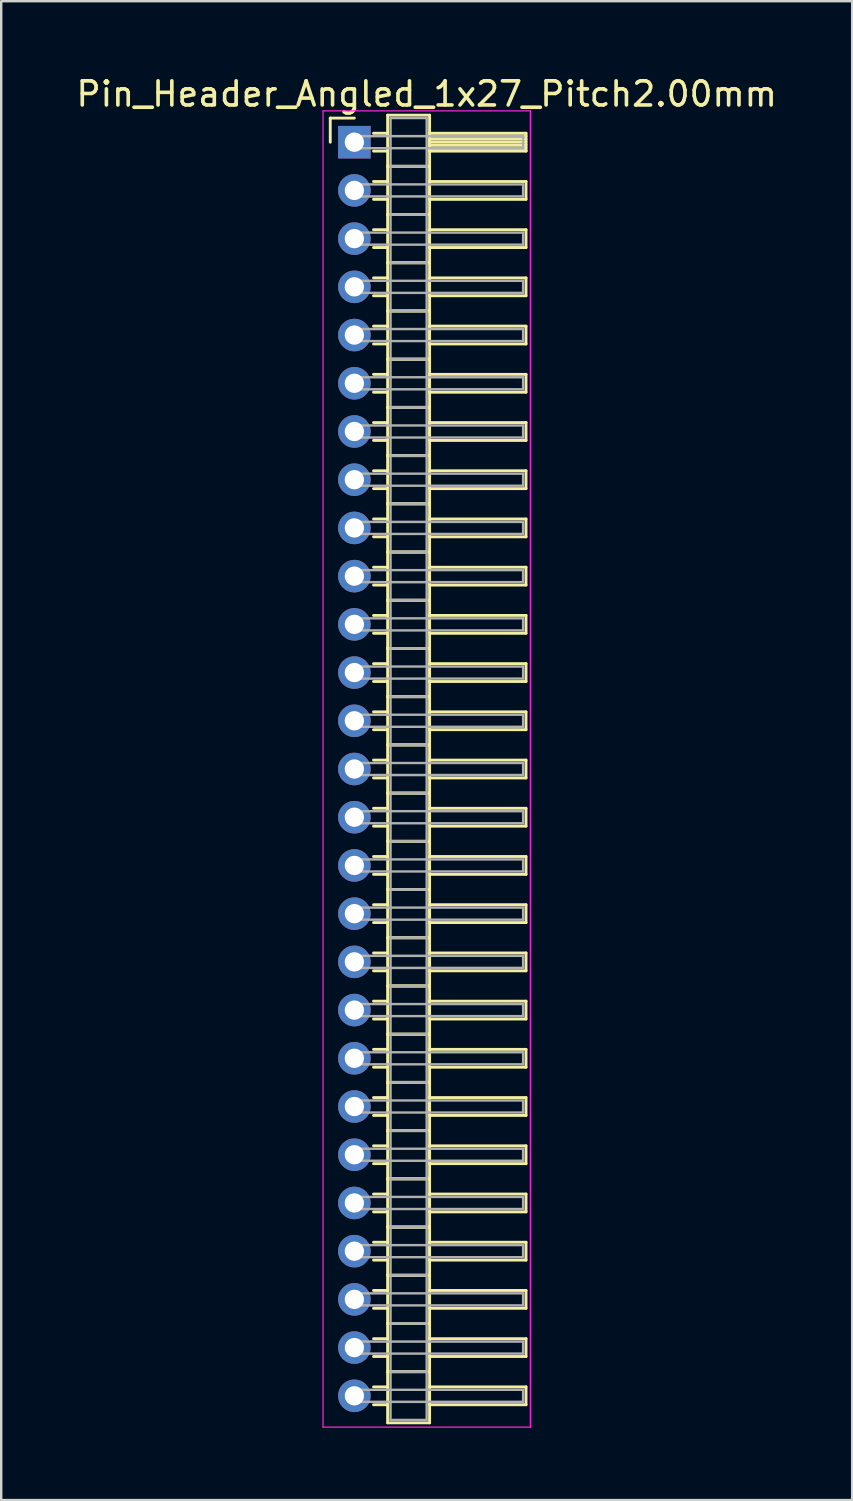
<source format=kicad_pcb>
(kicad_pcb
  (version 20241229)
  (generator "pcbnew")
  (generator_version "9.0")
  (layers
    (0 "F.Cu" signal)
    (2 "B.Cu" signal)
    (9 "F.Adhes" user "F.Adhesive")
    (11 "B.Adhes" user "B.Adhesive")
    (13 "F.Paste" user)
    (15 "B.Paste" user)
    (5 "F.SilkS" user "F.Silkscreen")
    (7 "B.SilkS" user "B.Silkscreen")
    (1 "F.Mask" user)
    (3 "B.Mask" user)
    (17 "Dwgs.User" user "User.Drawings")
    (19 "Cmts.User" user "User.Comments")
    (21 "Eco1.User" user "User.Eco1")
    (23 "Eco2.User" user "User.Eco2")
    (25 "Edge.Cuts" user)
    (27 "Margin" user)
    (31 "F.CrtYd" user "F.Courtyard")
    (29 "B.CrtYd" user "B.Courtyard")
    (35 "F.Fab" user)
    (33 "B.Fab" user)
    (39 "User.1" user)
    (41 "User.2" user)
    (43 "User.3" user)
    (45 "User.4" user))
  (footprint "Pin_Header_Angled_1x27_Pitch2.00mm"
    (layer "F.Cu")
    (at 11.649 2.848)
    (property "Reference" "Pin_Header_Angled_1x27_Pitch2.00mm" (at 3 -2 0) (layer "F.SilkS") (effects (font (size 1 1) (thickness 0.15))))
    (attr through_hole)
    (fp_line (start -1 -1) (end 0 -1) (stroke (width 0.12) (type solid)) (layer "F.SilkS"))
    (fp_line (start -1 0) (end -1 -1) (stroke (width 0.12) (type solid)) (layer "F.SilkS"))
    (fp_line (start 0.795 -0.37) (end 1.38 -0.37) (stroke (width 0.12) (type solid)) (layer "F.SilkS"))
    (fp_line (start 0.795 0.37) (end 1.38 0.37) (stroke (width 0.12) (type solid)) (layer "F.SilkS"))
    (fp_line (start 0.795 1.63) (end 1.38 1.63) (stroke (width 0.12) (type solid)) (layer "F.SilkS"))
    (fp_line (start 0.795 2.37) (end 1.38 2.37) (stroke (width 0.12) (type solid)) (layer "F.SilkS"))
    (fp_line (start 0.795 3.63) (end 1.38 3.63) (stroke (width 0.12) (type solid)) (layer "F.SilkS"))
    (fp_line (start 0.795 4.37) (end 1.38 4.37) (stroke (width 0.12) (type solid)) (layer "F.SilkS"))
    (fp_line (start 0.795 5.63) (end 1.38 5.63) (stroke (width 0.12) (type solid)) (layer "F.SilkS"))
    (fp_line (start 0.795 6.37) (end 1.38 6.37) (stroke (width 0.12) (type solid)) (layer "F.SilkS"))
    (fp_line (start 0.795 7.63) (end 1.38 7.63) (stroke (width 0.12) (type solid)) (layer "F.SilkS"))
    (fp_line (start 0.795 8.37) (end 1.38 8.37) (stroke (width 0.12) (type solid)) (layer "F.SilkS"))
    (fp_line (start 0.795 9.63) (end 1.38 9.63) (stroke (width 0.12) (type solid)) (layer "F.SilkS"))
    (fp_line (start 0.795 10.37) (end 1.38 10.37) (stroke (width 0.12) (type solid)) (layer "F.SilkS"))
    (fp_line (start 0.795 11.63) (end 1.38 11.63) (stroke (width 0.12) (type solid)) (layer "F.SilkS"))
    (fp_line (start 0.795 12.37) (end 1.38 12.37) (stroke (width 0.12) (type solid)) (layer "F.SilkS"))
    (fp_line (start 0.795 13.63) (end 1.38 13.63) (stroke (width 0.12) (type solid)) (layer "F.SilkS"))
    (fp_line (start 0.795 14.37) (end 1.38 14.37) (stroke (width 0.12) (type solid)) (layer "F.SilkS"))
    (fp_line (start 0.795 15.63) (end 1.38 15.63) (stroke (width 0.12) (type solid)) (layer "F.SilkS"))
    (fp_line (start 0.795 16.37) (end 1.38 16.37) (stroke (width 0.12) (type solid)) (layer "F.SilkS"))
    (fp_line (start 0.795 17.63) (end 1.38 17.63) (stroke (width 0.12) (type solid)) (layer "F.SilkS"))
    (fp_line (start 0.795 18.37) (end 1.38 18.37) (stroke (width 0.12) (type solid)) (layer "F.SilkS"))
    (fp_line (start 0.795 19.63) (end 1.38 19.63) (stroke (width 0.12) (type solid)) (layer "F.SilkS"))
    (fp_line (start 0.795 20.37) (end 1.38 20.37) (stroke (width 0.12) (type solid)) (layer "F.SilkS"))
    (fp_line (start 0.795 21.63) (end 1.38 21.63) (stroke (width 0.12) (type solid)) (layer "F.SilkS"))
    (fp_line (start 0.795 22.37) (end 1.38 22.37) (stroke (width 0.12) (type solid)) (layer "F.SilkS"))
    (fp_line (start 0.795 23.63) (end 1.38 23.63) (stroke (width 0.12) (type solid)) (layer "F.SilkS"))
    (fp_line (start 0.795 24.37) (end 1.38 24.37) (stroke (width 0.12) (type solid)) (layer "F.SilkS"))
    (fp_line (start 0.795 25.63) (end 1.38 25.63) (stroke (width 0.12) (type solid)) (layer "F.SilkS"))
    (fp_line (start 0.795 26.37) (end 1.38 26.37) (stroke (width 0.12) (type solid)) (layer "F.SilkS"))
    (fp_line (start 0.795 27.63) (end 1.38 27.63) (stroke (width 0.12) (type solid)) (layer "F.SilkS"))
    (fp_line (start 0.795 28.37) (end 1.38 28.37) (stroke (width 0.12) (type solid)) (layer "F.SilkS"))
    (fp_line (start 0.795 29.63) (end 1.38 29.63) (stroke (width 0.12) (type solid)) (layer "F.SilkS"))
    (fp_line (start 0.795 30.37) (end 1.38 30.37) (stroke (width 0.12) (type solid)) (layer "F.SilkS"))
    (fp_line (start 0.795 31.63) (end 1.38 31.63) (stroke (width 0.12) (type solid)) (layer "F.SilkS"))
    (fp_line (start 0.795 32.37) (end 1.38 32.37) (stroke (width 0.12) (type solid)) (layer "F.SilkS"))
    (fp_line (start 0.795 33.63) (end 1.38 33.63) (stroke (width 0.12) (type solid)) (layer "F.SilkS"))
    (fp_line (start 0.795 34.37) (end 1.38 34.37) (stroke (width 0.12) (type solid)) (layer "F.SilkS"))
    (fp_line (start 0.795 35.63) (end 1.38 35.63) (stroke (width 0.12) (type solid)) (layer "F.SilkS"))
    (fp_line (start 0.795 36.37) (end 1.38 36.37) (stroke (width 0.12) (type solid)) (layer "F.SilkS"))
    (fp_line (start 0.795 37.63) (end 1.38 37.63) (stroke (width 0.12) (type solid)) (layer "F.SilkS"))
    (fp_line (start 0.795 38.37) (end 1.38 38.37) (stroke (width 0.12) (type solid)) (layer "F.SilkS"))
    (fp_line (start 0.795 39.63) (end 1.38 39.63) (stroke (width 0.12) (type solid)) (layer "F.SilkS"))
    (fp_line (start 0.795 40.37) (end 1.38 40.37) (stroke (width 0.12) (type solid)) (layer "F.SilkS"))
    (fp_line (start 0.795 41.63) (end 1.38 41.63) (stroke (width 0.12) (type solid)) (layer "F.SilkS"))
    (fp_line (start 0.795 42.37) (end 1.38 42.37) (stroke (width 0.12) (type solid)) (layer "F.SilkS"))
    (fp_line (start 0.795 43.63) (end 1.38 43.63) (stroke (width 0.12) (type solid)) (layer "F.SilkS"))
    (fp_line (start 0.795 44.37) (end 1.38 44.37) (stroke (width 0.12) (type solid)) (layer "F.SilkS"))
    (fp_line (start 0.795 45.63) (end 1.38 45.63) (stroke (width 0.12) (type solid)) (layer "F.SilkS"))
    (fp_line (start 0.795 46.37) (end 1.38 46.37) (stroke (width 0.12) (type solid)) (layer "F.SilkS"))
    (fp_line (start 0.795 47.63) (end 1.38 47.63) (stroke (width 0.12) (type solid)) (layer "F.SilkS"))
    (fp_line (start 0.795 48.37) (end 1.38 48.37) (stroke (width 0.12) (type solid)) (layer "F.SilkS"))
    (fp_line (start 0.795 49.63) (end 1.38 49.63) (stroke (width 0.12) (type solid)) (layer "F.SilkS"))
    (fp_line (start 0.795 50.37) (end 1.38 50.37) (stroke (width 0.12) (type solid)) (layer "F.SilkS"))
    (fp_line (start 0.795 51.63) (end 1.38 51.63) (stroke (width 0.12) (type solid)) (layer "F.SilkS"))
    (fp_line (start 0.795 52.37) (end 1.38 52.37) (stroke (width 0.12) (type solid)) (layer "F.SilkS"))
    (fp_line (start 1.38 -1.12) (end 1.38 1) (stroke (width 0.12) (type solid)) (layer "F.SilkS"))
    (fp_line (start 1.38 1) (end 1.38 3) (stroke (width 0.12) (type solid)) (layer "F.SilkS"))
    (fp_line (start 1.38 1) (end 3.12 1) (stroke (width 0.12) (type solid)) (layer "F.SilkS"))
    (fp_line (start 1.38 3) (end 1.38 5) (stroke (width 0.12) (type solid)) (layer "F.SilkS"))
    (fp_line (start 1.38 3) (end 3.12 3) (stroke (width 0.12) (type solid)) (layer "F.SilkS"))
    (fp_line (start 1.38 5) (end 1.38 7) (stroke (width 0.12) (type solid)) (layer "F.SilkS"))
    (fp_line (start 1.38 5) (end 3.12 5) (stroke (width 0.12) (type solid)) (layer "F.SilkS"))
    (fp_line (start 1.38 7) (end 1.38 9) (stroke (width 0.12) (type solid)) (layer "F.SilkS"))
    (fp_line (start 1.38 7) (end 3.12 7) (stroke (width 0.12) (type solid)) (layer "F.SilkS"))
    (fp_line (start 1.38 9) (end 1.38 11) (stroke (width 0.12) (type solid)) (layer "F.SilkS"))
    (fp_line (start 1.38 9) (end 3.12 9) (stroke (width 0.12) (type solid)) (layer "F.SilkS"))
    (fp_line (start 1.38 11) (end 1.38 13) (stroke (width 0.12) (type solid)) (layer "F.SilkS"))
    (fp_line (start 1.38 11) (end 3.12 11) (stroke (width 0.12) (type solid)) (layer "F.SilkS"))
    (fp_line (start 1.38 13) (end 1.38 15) (stroke (width 0.12) (type solid)) (layer "F.SilkS"))
    (fp_line (start 1.38 13) (end 3.12 13) (stroke (width 0.12) (type solid)) (layer "F.SilkS"))
    (fp_line (start 1.38 15) (end 1.38 17) (stroke (width 0.12) (type solid)) (layer "F.SilkS"))
    (fp_line (start 1.38 15) (end 3.12 15) (stroke (width 0.12) (type solid)) (layer "F.SilkS"))
    (fp_line (start 1.38 17) (end 1.38 19) (stroke (width 0.12) (type solid)) (layer "F.SilkS"))
    (fp_line (start 1.38 17) (end 3.12 17) (stroke (width 0.12) (type solid)) (layer "F.SilkS"))
    (fp_line (start 1.38 19) (end 1.38 21) (stroke (width 0.12) (type solid)) (layer "F.SilkS"))
    (fp_line (start 1.38 19) (end 3.12 19) (stroke (width 0.12) (type solid)) (layer "F.SilkS"))
    (fp_line (start 1.38 21) (end 1.38 23) (stroke (width 0.12) (type solid)) (layer "F.SilkS"))
    (fp_line (start 1.38 21) (end 3.12 21) (stroke (width 0.12) (type solid)) (layer "F.SilkS"))
    (fp_line (start 1.38 23) (end 1.38 25) (stroke (width 0.12) (type solid)) (layer "F.SilkS"))
    (fp_line (start 1.38 23) (end 3.12 23) (stroke (width 0.12) (type solid)) (layer "F.SilkS"))
    (fp_line (start 1.38 25) (end 1.38 27) (stroke (width 0.12) (type solid)) (layer "F.SilkS"))
    (fp_line (start 1.38 25) (end 3.12 25) (stroke (width 0.12) (type solid)) (layer "F.SilkS"))
    (fp_line (start 1.38 27) (end 1.38 29) (stroke (width 0.12) (type solid)) (layer "F.SilkS"))
    (fp_line (start 1.38 27) (end 3.12 27) (stroke (width 0.12) (type solid)) (layer "F.SilkS"))
    (fp_line (start 1.38 29) (end 1.38 31) (stroke (width 0.12) (type solid)) (layer "F.SilkS"))
    (fp_line (start 1.38 29) (end 3.12 29) (stroke (width 0.12) (type solid)) (layer "F.SilkS"))
    (fp_line (start 1.38 31) (end 1.38 33) (stroke (width 0.12) (type solid)) (layer "F.SilkS"))
    (fp_line (start 1.38 31) (end 3.12 31) (stroke (width 0.12) (type solid)) (layer "F.SilkS"))
    (fp_line (start 1.38 33) (end 1.38 35) (stroke (width 0.12) (type solid)) (layer "F.SilkS"))
    (fp_line (start 1.38 33) (end 3.12 33) (stroke (width 0.12) (type solid)) (layer "F.SilkS"))
    (fp_line (start 1.38 35) (end 1.38 37) (stroke (width 0.12) (type solid)) (layer "F.SilkS"))
    (fp_line (start 1.38 35) (end 3.12 35) (stroke (width 0.12) (type solid)) (layer "F.SilkS"))
    (fp_line (start 1.38 37) (end 1.38 39) (stroke (width 0.12) (type solid)) (layer "F.SilkS"))
    (fp_line (start 1.38 37) (end 3.12 37) (stroke (width 0.12) (type solid)) (layer "F.SilkS"))
    (fp_line (start 1.38 39) (end 1.38 41) (stroke (width 0.12) (type solid)) (layer "F.SilkS"))
    (fp_line (start 1.38 39) (end 3.12 39) (stroke (width 0.12) (type solid)) (layer "F.SilkS"))
    (fp_line (start 1.38 41) (end 1.38 43) (stroke (width 0.12) (type solid)) (layer "F.SilkS"))
    (fp_line (start 1.38 41) (end 3.12 41) (stroke (width 0.12) (type solid)) (layer "F.SilkS"))
    (fp_line (start 1.38 43) (end 1.38 45) (stroke (width 0.12) (type solid)) (layer "F.SilkS"))
    (fp_line (start 1.38 43) (end 3.12 43) (stroke (width 0.12) (type solid)) (layer "F.SilkS"))
    (fp_line (start 1.38 45) (end 1.38 47) (stroke (width 0.12) (type solid)) (layer "F.SilkS"))
    (fp_line (start 1.38 45) (end 3.12 45) (stroke (width 0.12) (type solid)) (layer "F.SilkS"))
    (fp_line (start 1.38 47) (end 1.38 49) (stroke (width 0.12) (type solid)) (layer "F.SilkS"))
    (fp_line (start 1.38 47) (end 3.12 47) (stroke (width 0.12) (type solid)) (layer "F.SilkS"))
    (fp_line (start 1.38 49) (end 1.38 51) (stroke (width 0.12) (type solid)) (layer "F.SilkS"))
    (fp_line (start 1.38 49) (end 3.12 49) (stroke (width 0.12) (type solid)) (layer "F.SilkS"))
    (fp_line (start 1.38 51) (end 1.38 53.12) (stroke (width 0.12) (type solid)) (layer "F.SilkS"))
    (fp_line (start 1.38 51) (end 3.12 51) (stroke (width 0.12) (type solid)) (layer "F.SilkS"))
    (fp_line (start 1.38 53.12) (end 3.12 53.12) (stroke (width 0.12) (type solid)) (layer "F.SilkS"))
    (fp_line (start 3.12 -1.12) (end 1.38 -1.12) (stroke (width 0.12) (type solid)) (layer "F.SilkS"))
    (fp_line (start 3.12 -0.37) (end 3.12 0.37) (stroke (width 0.12) (type solid)) (layer "F.SilkS"))
    (fp_line (start 3.12 -0.25) (end 7.12 -0.25) (stroke (width 0.12) (type solid)) (layer "F.SilkS"))
    (fp_line (start 3.12 -0.13) (end 7.12 -0.13) (stroke (width 0.12) (type solid)) (layer "F.SilkS"))
    (fp_line (start 3.12 -0.01) (end 7.12 -0.01) (stroke (width 0.12) (type solid)) (layer "F.SilkS"))
    (fp_line (start 3.12 0.11) (end 7.12 0.11) (stroke (width 0.12) (type solid)) (layer "F.SilkS"))
    (fp_line (start 3.12 0.23) (end 7.12 0.23) (stroke (width 0.12) (type solid)) (layer "F.SilkS"))
    (fp_line (start 3.12 0.35) (end 7.12 0.35) (stroke (width 0.12) (type solid)) (layer "F.SilkS"))
    (fp_line (start 3.12 0.37) (end 7.12 0.37) (stroke (width 0.12) (type solid)) (layer "F.SilkS"))
    (fp_line (start 3.12 1) (end 1.38 1) (stroke (width 0.12) (type solid)) (layer "F.SilkS"))
    (fp_line (start 3.12 1) (end 3.12 -1.12) (stroke (width 0.12) (type solid)) (layer "F.SilkS"))
    (fp_line (start 3.12 1.63) (end 3.12 2.37) (stroke (width 0.12) (type solid)) (layer "F.SilkS"))
    (fp_line (start 3.12 2.37) (end 7.12 2.37) (stroke (width 0.12) (type solid)) (layer "F.SilkS"))
    (fp_line (start 3.12 3) (end 1.38 3) (stroke (width 0.12) (type solid)) (layer "F.SilkS"))
    (fp_line (start 3.12 3) (end 3.12 1) (stroke (width 0.12) (type solid)) (layer "F.SilkS"))
    (fp_line (start 3.12 3.63) (end 3.12 4.37) (stroke (width 0.12) (type solid)) (layer "F.SilkS"))
    (fp_line (start 3.12 4.37) (end 7.12 4.37) (stroke (width 0.12) (type solid)) (layer "F.SilkS"))
    (fp_line (start 3.12 5) (end 1.38 5) (stroke (width 0.12) (type solid)) (layer "F.SilkS"))
    (fp_line (start 3.12 5) (end 3.12 3) (stroke (width 0.12) (type solid)) (layer "F.SilkS"))
    (fp_line (start 3.12 5.63) (end 3.12 6.37) (stroke (width 0.12) (type solid)) (layer "F.SilkS"))
    (fp_line (start 3.12 6.37) (end 7.12 6.37) (stroke (width 0.12) (type solid)) (layer "F.SilkS"))
    (fp_line (start 3.12 7) (end 1.38 7) (stroke (width 0.12) (type solid)) (layer "F.SilkS"))
    (fp_line (start 3.12 7) (end 3.12 5) (stroke (width 0.12) (type solid)) (layer "F.SilkS"))
    (fp_line (start 3.12 7.63) (end 3.12 8.37) (stroke (width 0.12) (type solid)) (layer "F.SilkS"))
    (fp_line (start 3.12 8.37) (end 7.12 8.37) (stroke (width 0.12) (type solid)) (layer "F.SilkS"))
    (fp_line (start 3.12 9) (end 1.38 9) (stroke (width 0.12) (type solid)) (layer "F.SilkS"))
    (fp_line (start 3.12 9) (end 3.12 7) (stroke (width 0.12) (type solid)) (layer "F.SilkS"))
    (fp_line (start 3.12 9.63) (end 3.12 10.37) (stroke (width 0.12) (type solid)) (layer "F.SilkS"))
    (fp_line (start 3.12 10.37) (end 7.12 10.37) (stroke (width 0.12) (type solid)) (layer "F.SilkS"))
    (fp_line (start 3.12 11) (end 1.38 11) (stroke (width 0.12) (type solid)) (layer "F.SilkS"))
    (fp_line (start 3.12 11) (end 3.12 9) (stroke (width 0.12) (type solid)) (layer "F.SilkS"))
    (fp_line (start 3.12 11.63) (end 3.12 12.37) (stroke (width 0.12) (type solid)) (layer "F.SilkS"))
    (fp_line (start 3.12 12.37) (end 7.12 12.37) (stroke (width 0.12) (type solid)) (layer "F.SilkS"))
    (fp_line (start 3.12 13) (end 1.38 13) (stroke (width 0.12) (type solid)) (layer "F.SilkS"))
    (fp_line (start 3.12 13) (end 3.12 11) (stroke (width 0.12) (type solid)) (layer "F.SilkS"))
    (fp_line (start 3.12 13.63) (end 3.12 14.37) (stroke (width 0.12) (type solid)) (layer "F.SilkS"))
    (fp_line (start 3.12 14.37) (end 7.12 14.37) (stroke (width 0.12) (type solid)) (layer "F.SilkS"))
    (fp_line (start 3.12 15) (end 1.38 15) (stroke (width 0.12) (type solid)) (layer "F.SilkS"))
    (fp_line (start 3.12 15) (end 3.12 13) (stroke (width 0.12) (type solid)) (layer "F.SilkS"))
    (fp_line (start 3.12 15.63) (end 3.12 16.37) (stroke (width 0.12) (type solid)) (layer "F.SilkS"))
    (fp_line (start 3.12 16.37) (end 7.12 16.37) (stroke (width 0.12) (type solid)) (layer "F.SilkS"))
    (fp_line (start 3.12 17) (end 1.38 17) (stroke (width 0.12) (type solid)) (layer "F.SilkS"))
    (fp_line (start 3.12 17) (end 3.12 15) (stroke (width 0.12) (type solid)) (layer "F.SilkS"))
    (fp_line (start 3.12 17.63) (end 3.12 18.37) (stroke (width 0.12) (type solid)) (layer "F.SilkS"))
    (fp_line (start 3.12 18.37) (end 7.12 18.37) (stroke (width 0.12) (type solid)) (layer "F.SilkS"))
    (fp_line (start 3.12 19) (end 1.38 19) (stroke (width 0.12) (type solid)) (layer "F.SilkS"))
    (fp_line (start 3.12 19) (end 3.12 17) (stroke (width 0.12) (type solid)) (layer "F.SilkS"))
    (fp_line (start 3.12 19.63) (end 3.12 20.37) (stroke (width 0.12) (type solid)) (layer "F.SilkS"))
    (fp_line (start 3.12 20.37) (end 7.12 20.37) (stroke (width 0.12) (type solid)) (layer "F.SilkS"))
    (fp_line (start 3.12 21) (end 1.38 21) (stroke (width 0.12) (type solid)) (layer "F.SilkS"))
    (fp_line (start 3.12 21) (end 3.12 19) (stroke (width 0.12) (type solid)) (layer "F.SilkS"))
    (fp_line (start 3.12 21.63) (end 3.12 22.37) (stroke (width 0.12) (type solid)) (layer "F.SilkS"))
    (fp_line (start 3.12 22.37) (end 7.12 22.37) (stroke (width 0.12) (type solid)) (layer "F.SilkS"))
    (fp_line (start 3.12 23) (end 1.38 23) (stroke (width 0.12) (type solid)) (layer "F.SilkS"))
    (fp_line (start 3.12 23) (end 3.12 21) (stroke (width 0.12) (type solid)) (layer "F.SilkS"))
    (fp_line (start 3.12 23.63) (end 3.12 24.37) (stroke (width 0.12) (type solid)) (layer "F.SilkS"))
    (fp_line (start 3.12 24.37) (end 7.12 24.37) (stroke (width 0.12) (type solid)) (layer "F.SilkS"))
    (fp_line (start 3.12 25) (end 1.38 25) (stroke (width 0.12) (type solid)) (layer "F.SilkS"))
    (fp_line (start 3.12 25) (end 3.12 23) (stroke (width 0.12) (type solid)) (layer "F.SilkS"))
    (fp_line (start 3.12 25.63) (end 3.12 26.37) (stroke (width 0.12) (type solid)) (layer "F.SilkS"))
    (fp_line (start 3.12 26.37) (end 7.12 26.37) (stroke (width 0.12) (type solid)) (layer "F.SilkS"))
    (fp_line (start 3.12 27) (end 1.38 27) (stroke (width 0.12) (type solid)) (layer "F.SilkS"))
    (fp_line (start 3.12 27) (end 3.12 25) (stroke (width 0.12) (type solid)) (layer "F.SilkS"))
    (fp_line (start 3.12 27.63) (end 3.12 28.37) (stroke (width 0.12) (type solid)) (layer "F.SilkS"))
    (fp_line (start 3.12 28.37) (end 7.12 28.37) (stroke (width 0.12) (type solid)) (layer "F.SilkS"))
    (fp_line (start 3.12 29) (end 1.38 29) (stroke (width 0.12) (type solid)) (layer "F.SilkS"))
    (fp_line (start 3.12 29) (end 3.12 27) (stroke (width 0.12) (type solid)) (layer "F.SilkS"))
    (fp_line (start 3.12 29.63) (end 3.12 30.37) (stroke (width 0.12) (type solid)) (layer "F.SilkS"))
    (fp_line (start 3.12 30.37) (end 7.12 30.37) (stroke (width 0.12) (type solid)) (layer "F.SilkS"))
    (fp_line (start 3.12 31) (end 1.38 31) (stroke (width 0.12) (type solid)) (layer "F.SilkS"))
    (fp_line (start 3.12 31) (end 3.12 29) (stroke (width 0.12) (type solid)) (layer "F.SilkS"))
    (fp_line (start 3.12 31.63) (end 3.12 32.37) (stroke (width 0.12) (type solid)) (layer "F.SilkS"))
    (fp_line (start 3.12 32.37) (end 7.12 32.37) (stroke (width 0.12) (type solid)) (layer "F.SilkS"))
    (fp_line (start 3.12 33) (end 1.38 33) (stroke (width 0.12) (type solid)) (layer "F.SilkS"))
    (fp_line (start 3.12 33) (end 3.12 31) (stroke (width 0.12) (type solid)) (layer "F.SilkS"))
    (fp_line (start 3.12 33.63) (end 3.12 34.37) (stroke (width 0.12) (type solid)) (layer "F.SilkS"))
    (fp_line (start 3.12 34.37) (end 7.12 34.37) (stroke (width 0.12) (type solid)) (layer "F.SilkS"))
    (fp_line (start 3.12 35) (end 1.38 35) (stroke (width 0.12) (type solid)) (layer "F.SilkS"))
    (fp_line (start 3.12 35) (end 3.12 33) (stroke (width 0.12) (type solid)) (layer "F.SilkS"))
    (fp_line (start 3.12 35.63) (end 3.12 36.37) (stroke (width 0.12) (type solid)) (layer "F.SilkS"))
    (fp_line (start 3.12 36.37) (end 7.12 36.37) (stroke (width 0.12) (type solid)) (layer "F.SilkS"))
    (fp_line (start 3.12 37) (end 1.38 37) (stroke (width 0.12) (type solid)) (layer "F.SilkS"))
    (fp_line (start 3.12 37) (end 3.12 35) (stroke (width 0.12) (type solid)) (layer "F.SilkS"))
    (fp_line (start 3.12 37.63) (end 3.12 38.37) (stroke (width 0.12) (type solid)) (layer "F.SilkS"))
    (fp_line (start 3.12 38.37) (end 7.12 38.37) (stroke (width 0.12) (type solid)) (layer "F.SilkS"))
    (fp_line (start 3.12 39) (end 1.38 39) (stroke (width 0.12) (type solid)) (layer "F.SilkS"))
    (fp_line (start 3.12 39) (end 3.12 37) (stroke (width 0.12) (type solid)) (layer "F.SilkS"))
    (fp_line (start 3.12 39.63) (end 3.12 40.37) (stroke (width 0.12) (type solid)) (layer "F.SilkS"))
    (fp_line (start 3.12 40.37) (end 7.12 40.37) (stroke (width 0.12) (type solid)) (layer "F.SilkS"))
    (fp_line (start 3.12 41) (end 1.38 41) (stroke (width 0.12) (type solid)) (layer "F.SilkS"))
    (fp_line (start 3.12 41) (end 3.12 39) (stroke (width 0.12) (type solid)) (layer "F.SilkS"))
    (fp_line (start 3.12 41.63) (end 3.12 42.37) (stroke (width 0.12) (type solid)) (layer "F.SilkS"))
    (fp_line (start 3.12 42.37) (end 7.12 42.37) (stroke (width 0.12) (type solid)) (layer "F.SilkS"))
    (fp_line (start 3.12 43) (end 1.38 43) (stroke (width 0.12) (type solid)) (layer "F.SilkS"))
    (fp_line (start 3.12 43) (end 3.12 41) (stroke (width 0.12) (type solid)) (layer "F.SilkS"))
    (fp_line (start 3.12 43.63) (end 3.12 44.37) (stroke (width 0.12) (type solid)) (layer "F.SilkS"))
    (fp_line (start 3.12 44.37) (end 7.12 44.37) (stroke (width 0.12) (type solid)) (layer "F.SilkS"))
    (fp_line (start 3.12 45) (end 1.38 45) (stroke (width 0.12) (type solid)) (layer "F.SilkS"))
    (fp_line (start 3.12 45) (end 3.12 43) (stroke (width 0.12) (type solid)) (layer "F.SilkS"))
    (fp_line (start 3.12 45.63) (end 3.12 46.37) (stroke (width 0.12) (type solid)) (layer "F.SilkS"))
    (fp_line (start 3.12 46.37) (end 7.12 46.37) (stroke (width 0.12) (type solid)) (layer "F.SilkS"))
    (fp_line (start 3.12 47) (end 1.38 47) (stroke (width 0.12) (type solid)) (layer "F.SilkS"))
    (fp_line (start 3.12 47) (end 3.12 45) (stroke (width 0.12) (type solid)) (layer "F.SilkS"))
    (fp_line (start 3.12 47.63) (end 3.12 48.37) (stroke (width 0.12) (type solid)) (layer "F.SilkS"))
    (fp_line (start 3.12 48.37) (end 7.12 48.37) (stroke (width 0.12) (type solid)) (layer "F.SilkS"))
    (fp_line (start 3.12 49) (end 1.38 49) (stroke (width 0.12) (type solid)) (layer "F.SilkS"))
    (fp_line (start 3.12 49) (end 3.12 47) (stroke (width 0.12) (type solid)) (layer "F.SilkS"))
    (fp_line (start 3.12 49.63) (end 3.12 50.37) (stroke (width 0.12) (type solid)) (layer "F.SilkS"))
    (fp_line (start 3.12 50.37) (end 7.12 50.37) (stroke (width 0.12) (type solid)) (layer "F.SilkS"))
    (fp_line (start 3.12 51) (end 1.38 51) (stroke (width 0.12) (type solid)) (layer "F.SilkS"))
    (fp_line (start 3.12 51) (end 3.12 49) (stroke (width 0.12) (type solid)) (layer "F.SilkS"))
    (fp_line (start 3.12 51.63) (end 3.12 52.37) (stroke (width 0.12) (type solid)) (layer "F.SilkS"))
    (fp_line (start 3.12 52.37) (end 7.12 52.37) (stroke (width 0.12) (type solid)) (layer "F.SilkS"))
    (fp_line (start 3.12 53.12) (end 3.12 51) (stroke (width 0.12) (type solid)) (layer "F.SilkS"))
    (fp_line (start 7.12 -0.37) (end 3.12 -0.37) (stroke (width 0.12) (type solid)) (layer "F.SilkS"))
    (fp_line (start 7.12 0.37) (end 7.12 -0.37) (stroke (width 0.12) (type solid)) (layer "F.SilkS"))
    (fp_line (start 7.12 1.63) (end 3.12 1.63) (stroke (width 0.12) (type solid)) (layer "F.SilkS"))
    (fp_line (start 7.12 2.37) (end 7.12 1.63) (stroke (width 0.12) (type solid)) (layer "F.SilkS"))
    (fp_line (start 7.12 3.63) (end 3.12 3.63) (stroke (width 0.12) (type solid)) (layer "F.SilkS"))
    (fp_line (start 7.12 4.37) (end 7.12 3.63) (stroke (width 0.12) (type solid)) (layer "F.SilkS"))
    (fp_line (start 7.12 5.63) (end 3.12 5.63) (stroke (width 0.12) (type solid)) (layer "F.SilkS"))
    (fp_line (start 7.12 6.37) (end 7.12 5.63) (stroke (width 0.12) (type solid)) (layer "F.SilkS"))
    (fp_line (start 7.12 7.63) (end 3.12 7.63) (stroke (width 0.12) (type solid)) (layer "F.SilkS"))
    (fp_line (start 7.12 8.37) (end 7.12 7.63) (stroke (width 0.12) (type solid)) (layer "F.SilkS"))
    (fp_line (start 7.12 9.63) (end 3.12 9.63) (stroke (width 0.12) (type solid)) (layer "F.SilkS"))
    (fp_line (start 7.12 10.37) (end 7.12 9.63) (stroke (width 0.12) (type solid)) (layer "F.SilkS"))
    (fp_line (start 7.12 11.63) (end 3.12 11.63) (stroke (width 0.12) (type solid)) (layer "F.SilkS"))
    (fp_line (start 7.12 12.37) (end 7.12 11.63) (stroke (width 0.12) (type solid)) (layer "F.SilkS"))
    (fp_line (start 7.12 13.63) (end 3.12 13.63) (stroke (width 0.12) (type solid)) (layer "F.SilkS"))
    (fp_line (start 7.12 14.37) (end 7.12 13.63) (stroke (width 0.12) (type solid)) (layer "F.SilkS"))
    (fp_line (start 7.12 15.63) (end 3.12 15.63) (stroke (width 0.12) (type solid)) (layer "F.SilkS"))
    (fp_line (start 7.12 16.37) (end 7.12 15.63) (stroke (width 0.12) (type solid)) (layer "F.SilkS"))
    (fp_line (start 7.12 17.63) (end 3.12 17.63) (stroke (width 0.12) (type solid)) (layer "F.SilkS"))
    (fp_line (start 7.12 18.37) (end 7.12 17.63) (stroke (width 0.12) (type solid)) (layer "F.SilkS"))
    (fp_line (start 7.12 19.63) (end 3.12 19.63) (stroke (width 0.12) (type solid)) (layer "F.SilkS"))
    (fp_line (start 7.12 20.37) (end 7.12 19.63) (stroke (width 0.12) (type solid)) (layer "F.SilkS"))
    (fp_line (start 7.12 21.63) (end 3.12 21.63) (stroke (width 0.12) (type solid)) (layer "F.SilkS"))
    (fp_line (start 7.12 22.37) (end 7.12 21.63) (stroke (width 0.12) (type solid)) (layer "F.SilkS"))
    (fp_line (start 7.12 23.63) (end 3.12 23.63) (stroke (width 0.12) (type solid)) (layer "F.SilkS"))
    (fp_line (start 7.12 24.37) (end 7.12 23.63) (stroke (width 0.12) (type solid)) (layer "F.SilkS"))
    (fp_line (start 7.12 25.63) (end 3.12 25.63) (stroke (width 0.12) (type solid)) (layer "F.SilkS"))
    (fp_line (start 7.12 26.37) (end 7.12 25.63) (stroke (width 0.12) (type solid)) (layer "F.SilkS"))
    (fp_line (start 7.12 27.63) (end 3.12 27.63) (stroke (width 0.12) (type solid)) (layer "F.SilkS"))
    (fp_line (start 7.12 28.37) (end 7.12 27.63) (stroke (width 0.12) (type solid)) (layer "F.SilkS"))
    (fp_line (start 7.12 29.63) (end 3.12 29.63) (stroke (width 0.12) (type solid)) (layer "F.SilkS"))
    (fp_line (start 7.12 30.37) (end 7.12 29.63) (stroke (width 0.12) (type solid)) (layer "F.SilkS"))
    (fp_line (start 7.12 31.63) (end 3.12 31.63) (stroke (width 0.12) (type solid)) (layer "F.SilkS"))
    (fp_line (start 7.12 32.37) (end 7.12 31.63) (stroke (width 0.12) (type solid)) (layer "F.SilkS"))
    (fp_line (start 7.12 33.63) (end 3.12 33.63) (stroke (width 0.12) (type solid)) (layer "F.SilkS"))
    (fp_line (start 7.12 34.37) (end 7.12 33.63) (stroke (width 0.12) (type solid)) (layer "F.SilkS"))
    (fp_line (start 7.12 35.63) (end 3.12 35.63) (stroke (width 0.12) (type solid)) (layer "F.SilkS"))
    (fp_line (start 7.12 36.37) (end 7.12 35.63) (stroke (width 0.12) (type solid)) (layer "F.SilkS"))
    (fp_line (start 7.12 37.63) (end 3.12 37.63) (stroke (width 0.12) (type solid)) (layer "F.SilkS"))
    (fp_line (start 7.12 38.37) (end 7.12 37.63) (stroke (width 0.12) (type solid)) (layer "F.SilkS"))
    (fp_line (start 7.12 39.63) (end 3.12 39.63) (stroke (width 0.12) (type solid)) (layer "F.SilkS"))
    (fp_line (start 7.12 40.37) (end 7.12 39.63) (stroke (width 0.12) (type solid)) (layer "F.SilkS"))
    (fp_line (start 7.12 41.63) (end 3.12 41.63) (stroke (width 0.12) (type solid)) (layer "F.SilkS"))
    (fp_line (start 7.12 42.37) (end 7.12 41.63) (stroke (width 0.12) (type solid)) (layer "F.SilkS"))
    (fp_line (start 7.12 43.63) (end 3.12 43.63) (stroke (width 0.12) (type solid)) (layer "F.SilkS"))
    (fp_line (start 7.12 44.37) (end 7.12 43.63) (stroke (width 0.12) (type solid)) (layer "F.SilkS"))
    (fp_line (start 7.12 45.63) (end 3.12 45.63) (stroke (width 0.12) (type solid)) (layer "F.SilkS"))
    (fp_line (start 7.12 46.37) (end 7.12 45.63) (stroke (width 0.12) (type solid)) (layer "F.SilkS"))
    (fp_line (start 7.12 47.63) (end 3.12 47.63) (stroke (width 0.12) (type solid)) (layer "F.SilkS"))
    (fp_line (start 7.12 48.37) (end 7.12 47.63) (stroke (width 0.12) (type solid)) (layer "F.SilkS"))
    (fp_line (start 7.12 49.63) (end 3.12 49.63) (stroke (width 0.12) (type solid)) (layer "F.SilkS"))
    (fp_line (start 7.12 50.37) (end 7.12 49.63) (stroke (width 0.12) (type solid)) (layer "F.SilkS"))
    (fp_line (start 7.12 51.63) (end 3.12 51.63) (stroke (width 0.12) (type solid)) (layer "F.SilkS"))
    (fp_line (start 7.12 52.37) (end 7.12 51.63) (stroke (width 0.12) (type solid)) (layer "F.SilkS"))
    (fp_line (start -1.3 -1.3) (end -1.3 53.3) (stroke (width 0.05) (type solid)) (layer "F.CrtYd"))
    (fp_line (start -1.3 53.3) (end 7.3 53.3) (stroke (width 0.05) (type solid)) (layer "F.CrtYd"))
    (fp_line (start 7.3 -1.3) (end -1.3 -1.3) (stroke (width 0.05) (type solid)) (layer "F.CrtYd"))
    (fp_line (start 7.3 53.3) (end 7.3 -1.3) (stroke (width 0.05) (type solid)) (layer "F.CrtYd"))
    (fp_line (start 0 -0.25) (end 0 0.25) (stroke (width 0.1) (type solid)) (layer "F.Fab"))
    (fp_line (start 0 0.25) (end 7 0.25) (stroke (width 0.1) (type solid)) (layer "F.Fab"))
    (fp_line (start 0 1.75) (end 0 2.25) (stroke (width 0.1) (type solid)) (layer "F.Fab"))
    (fp_line (start 0 2.25) (end 7 2.25) (stroke (width 0.1) (type solid)) (layer "F.Fab"))
    (fp_line (start 0 3.75) (end 0 4.25) (stroke (width 0.1) (type solid)) (layer "F.Fab"))
    (fp_line (start 0 4.25) (end 7 4.25) (stroke (width 0.1) (type solid)) (layer "F.Fab"))
    (fp_line (start 0 5.75) (end 0 6.25) (stroke (width 0.1) (type solid)) (layer "F.Fab"))
    (fp_line (start 0 6.25) (end 7 6.25) (stroke (width 0.1) (type solid)) (layer "F.Fab"))
    (fp_line (start 0 7.75) (end 0 8.25) (stroke (width 0.1) (type solid)) (layer "F.Fab"))
    (fp_line (start 0 8.25) (end 7 8.25) (stroke (width 0.1) (type solid)) (layer "F.Fab"))
    (fp_line (start 0 9.75) (end 0 10.25) (stroke (width 0.1) (type solid)) (layer "F.Fab"))
    (fp_line (start 0 10.25) (end 7 10.25) (stroke (width 0.1) (type solid)) (layer "F.Fab"))
    (fp_line (start 0 11.75) (end 0 12.25) (stroke (width 0.1) (type solid)) (layer "F.Fab"))
    (fp_line (start 0 12.25) (end 7 12.25) (stroke (width 0.1) (type solid)) (layer "F.Fab"))
    (fp_line (start 0 13.75) (end 0 14.25) (stroke (width 0.1) (type solid)) (layer "F.Fab"))
    (fp_line (start 0 14.25) (end 7 14.25) (stroke (width 0.1) (type solid)) (layer "F.Fab"))
    (fp_line (start 0 15.75) (end 0 16.25) (stroke (width 0.1) (type solid)) (layer "F.Fab"))
    (fp_line (start 0 16.25) (end 7 16.25) (stroke (width 0.1) (type solid)) (layer "F.Fab"))
    (fp_line (start 0 17.75) (end 0 18.25) (stroke (width 0.1) (type solid)) (layer "F.Fab"))
    (fp_line (start 0 18.25) (end 7 18.25) (stroke (width 0.1) (type solid)) (layer "F.Fab"))
    (fp_line (start 0 19.75) (end 0 20.25) (stroke (width 0.1) (type solid)) (layer "F.Fab"))
    (fp_line (start 0 20.25) (end 7 20.25) (stroke (width 0.1) (type solid)) (layer "F.Fab"))
    (fp_line (start 0 21.75) (end 0 22.25) (stroke (width 0.1) (type solid)) (layer "F.Fab"))
    (fp_line (start 0 22.25) (end 7 22.25) (stroke (width 0.1) (type solid)) (layer "F.Fab"))
    (fp_line (start 0 23.75) (end 0 24.25) (stroke (width 0.1) (type solid)) (layer "F.Fab"))
    (fp_line (start 0 24.25) (end 7 24.25) (stroke (width 0.1) (type solid)) (layer "F.Fab"))
    (fp_line (start 0 25.75) (end 0 26.25) (stroke (width 0.1) (type solid)) (layer "F.Fab"))
    (fp_line (start 0 26.25) (end 7 26.25) (stroke (width 0.1) (type solid)) (layer "F.Fab"))
    (fp_line (start 0 27.75) (end 0 28.25) (stroke (width 0.1) (type solid)) (layer "F.Fab"))
    (fp_line (start 0 28.25) (end 7 28.25) (stroke (width 0.1) (type solid)) (layer "F.Fab"))
    (fp_line (start 0 29.75) (end 0 30.25) (stroke (width 0.1) (type solid)) (layer "F.Fab"))
    (fp_line (start 0 30.25) (end 7 30.25) (stroke (width 0.1) (type solid)) (layer "F.Fab"))
    (fp_line (start 0 31.75) (end 0 32.25) (stroke (width 0.1) (type solid)) (layer "F.Fab"))
    (fp_line (start 0 32.25) (end 7 32.25) (stroke (width 0.1) (type solid)) (layer "F.Fab"))
    (fp_line (start 0 33.75) (end 0 34.25) (stroke (width 0.1) (type solid)) (layer "F.Fab"))
    (fp_line (start 0 34.25) (end 7 34.25) (stroke (width 0.1) (type solid)) (layer "F.Fab"))
    (fp_line (start 0 35.75) (end 0 36.25) (stroke (width 0.1) (type solid)) (layer "F.Fab"))
    (fp_line (start 0 36.25) (end 7 36.25) (stroke (width 0.1) (type solid)) (layer "F.Fab"))
    (fp_line (start 0 37.75) (end 0 38.25) (stroke (width 0.1) (type solid)) (layer "F.Fab"))
    (fp_line (start 0 38.25) (end 7 38.25) (stroke (width 0.1) (type solid)) (layer "F.Fab"))
    (fp_line (start 0 39.75) (end 0 40.25) (stroke (width 0.1) (type solid)) (layer "F.Fab"))
    (fp_line (start 0 40.25) (end 7 40.25) (stroke (width 0.1) (type solid)) (layer "F.Fab"))
    (fp_line (start 0 41.75) (end 0 42.25) (stroke (width 0.1) (type solid)) (layer "F.Fab"))
    (fp_line (start 0 42.25) (end 7 42.25) (stroke (width 0.1) (type solid)) (layer "F.Fab"))
    (fp_line (start 0 43.75) (end 0 44.25) (stroke (width 0.1) (type solid)) (layer "F.Fab"))
    (fp_line (start 0 44.25) (end 7 44.25) (stroke (width 0.1) (type solid)) (layer "F.Fab"))
    (fp_line (start 0 45.75) (end 0 46.25) (stroke (width 0.1) (type solid)) (layer "F.Fab"))
    (fp_line (start 0 46.25) (end 7 46.25) (stroke (width 0.1) (type solid)) (layer "F.Fab"))
    (fp_line (start 0 47.75) (end 0 48.25) (stroke (width 0.1) (type solid)) (layer "F.Fab"))
    (fp_line (start 0 48.25) (end 7 48.25) (stroke (width 0.1) (type solid)) (layer "F.Fab"))
    (fp_line (start 0 49.75) (end 0 50.25) (stroke (width 0.1) (type solid)) (layer "F.Fab"))
    (fp_line (start 0 50.25) (end 7 50.25) (stroke (width 0.1) (type solid)) (layer "F.Fab"))
    (fp_line (start 0 51.75) (end 0 52.25) (stroke (width 0.1) (type solid)) (layer "F.Fab"))
    (fp_line (start 0 52.25) (end 7 52.25) (stroke (width 0.1) (type solid)) (layer "F.Fab"))
    (fp_line (start 1.5 -1) (end 1.5 1) (stroke (width 0.1) (type solid)) (layer "F.Fab"))
    (fp_line (start 1.5 1) (end 1.5 3) (stroke (width 0.1) (type solid)) (layer "F.Fab"))
    (fp_line (start 1.5 1) (end 3 1) (stroke (width 0.1) (type solid)) (layer "F.Fab"))
    (fp_line (start 1.5 3) (end 1.5 5) (stroke (width 0.1) (type solid)) (layer "F.Fab"))
    (fp_line (start 1.5 3) (end 3 3) (stroke (width 0.1) (type solid)) (layer "F.Fab"))
    (fp_line (start 1.5 5) (end 1.5 7) (stroke (width 0.1) (type solid)) (layer "F.Fab"))
    (fp_line (start 1.5 5) (end 3 5) (stroke (width 0.1) (type solid)) (layer "F.Fab"))
    (fp_line (start 1.5 7) (end 1.5 9) (stroke (width 0.1) (type solid)) (layer "F.Fab"))
    (fp_line (start 1.5 7) (end 3 7) (stroke (width 0.1) (type solid)) (layer "F.Fab"))
    (fp_line (start 1.5 9) (end 1.5 11) (stroke (width 0.1) (type solid)) (layer "F.Fab"))
    (fp_line (start 1.5 9) (end 3 9) (stroke (width 0.1) (type solid)) (layer "F.Fab"))
    (fp_line (start 1.5 11) (end 1.5 13) (stroke (width 0.1) (type solid)) (layer "F.Fab"))
    (fp_line (start 1.5 11) (end 3 11) (stroke (width 0.1) (type solid)) (layer "F.Fab"))
    (fp_line (start 1.5 13) (end 1.5 15) (stroke (width 0.1) (type solid)) (layer "F.Fab"))
    (fp_line (start 1.5 13) (end 3 13) (stroke (width 0.1) (type solid)) (layer "F.Fab"))
    (fp_line (start 1.5 15) (end 1.5 17) (stroke (width 0.1) (type solid)) (layer "F.Fab"))
    (fp_line (start 1.5 15) (end 3 15) (stroke (width 0.1) (type solid)) (layer "F.Fab"))
    (fp_line (start 1.5 17) (end 1.5 19) (stroke (width 0.1) (type solid)) (layer "F.Fab"))
    (fp_line (start 1.5 17) (end 3 17) (stroke (width 0.1) (type solid)) (layer "F.Fab"))
    (fp_line (start 1.5 19) (end 1.5 21) (stroke (width 0.1) (type solid)) (layer "F.Fab"))
    (fp_line (start 1.5 19) (end 3 19) (stroke (width 0.1) (type solid)) (layer "F.Fab"))
    (fp_line (start 1.5 21) (end 1.5 23) (stroke (width 0.1) (type solid)) (layer "F.Fab"))
    (fp_line (start 1.5 21) (end 3 21) (stroke (width 0.1) (type solid)) (layer "F.Fab"))
    (fp_line (start 1.5 23) (end 1.5 25) (stroke (width 0.1) (type solid)) (layer "F.Fab"))
    (fp_line (start 1.5 23) (end 3 23) (stroke (width 0.1) (type solid)) (layer "F.Fab"))
    (fp_line (start 1.5 25) (end 1.5 27) (stroke (width 0.1) (type solid)) (layer "F.Fab"))
    (fp_line (start 1.5 25) (end 3 25) (stroke (width 0.1) (type solid)) (layer "F.Fab"))
    (fp_line (start 1.5 27) (end 1.5 29) (stroke (width 0.1) (type solid)) (layer "F.Fab"))
    (fp_line (start 1.5 27) (end 3 27) (stroke (width 0.1) (type solid)) (layer "F.Fab"))
    (fp_line (start 1.5 29) (end 1.5 31) (stroke (width 0.1) (type solid)) (layer "F.Fab"))
    (fp_line (start 1.5 29) (end 3 29) (stroke (width 0.1) (type solid)) (layer "F.Fab"))
    (fp_line (start 1.5 31) (end 1.5 33) (stroke (width 0.1) (type solid)) (layer "F.Fab"))
    (fp_line (start 1.5 31) (end 3 31) (stroke (width 0.1) (type solid)) (layer "F.Fab"))
    (fp_line (start 1.5 33) (end 1.5 35) (stroke (width 0.1) (type solid)) (layer "F.Fab"))
    (fp_line (start 1.5 33) (end 3 33) (stroke (width 0.1) (type solid)) (layer "F.Fab"))
    (fp_line (start 1.5 35) (end 1.5 37) (stroke (width 0.1) (type solid)) (layer "F.Fab"))
    (fp_line (start 1.5 35) (end 3 35) (stroke (width 0.1) (type solid)) (layer "F.Fab"))
    (fp_line (start 1.5 37) (end 1.5 39) (stroke (width 0.1) (type solid)) (layer "F.Fab"))
    (fp_line (start 1.5 37) (end 3 37) (stroke (width 0.1) (type solid)) (layer "F.Fab"))
    (fp_line (start 1.5 39) (end 1.5 41) (stroke (width 0.1) (type solid)) (layer "F.Fab"))
    (fp_line (start 1.5 39) (end 3 39) (stroke (width 0.1) (type solid)) (layer "F.Fab"))
    (fp_line (start 1.5 41) (end 1.5 43) (stroke (width 0.1) (type solid)) (layer "F.Fab"))
    (fp_line (start 1.5 41) (end 3 41) (stroke (width 0.1) (type solid)) (layer "F.Fab"))
    (fp_line (start 1.5 43) (end 1.5 45) (stroke (width 0.1) (type solid)) (layer "F.Fab"))
    (fp_line (start 1.5 43) (end 3 43) (stroke (width 0.1) (type solid)) (layer "F.Fab"))
    (fp_line (start 1.5 45) (end 1.5 47) (stroke (width 0.1) (type solid)) (layer "F.Fab"))
    (fp_line (start 1.5 45) (end 3 45) (stroke (width 0.1) (type solid)) (layer "F.Fab"))
    (fp_line (start 1.5 47) (end 1.5 49) (stroke (width 0.1) (type solid)) (layer "F.Fab"))
    (fp_line (start 1.5 47) (end 3 47) (stroke (width 0.1) (type solid)) (layer "F.Fab"))
    (fp_line (start 1.5 49) (end 1.5 51) (stroke (width 0.1) (type solid)) (layer "F.Fab"))
    (fp_line (start 1.5 49) (end 3 49) (stroke (width 0.1) (type solid)) (layer "F.Fab"))
    (fp_line (start 1.5 51) (end 1.5 53) (stroke (width 0.1) (type solid)) (layer "F.Fab"))
    (fp_line (start 1.5 51) (end 3 51) (stroke (width 0.1) (type solid)) (layer "F.Fab"))
    (fp_line (start 1.5 53) (end 3 53) (stroke (width 0.1) (type solid)) (layer "F.Fab"))
    (fp_line (start 3 -1) (end 1.5 -1) (stroke (width 0.1) (type solid)) (layer "F.Fab"))
    (fp_line (start 3 1) (end 1.5 1) (stroke (width 0.1) (type solid)) (layer "F.Fab"))
    (fp_line (start 3 1) (end 3 -1) (stroke (width 0.1) (type solid)) (layer "F.Fab"))
    (fp_line (start 3 3) (end 1.5 3) (stroke (width 0.1) (type solid)) (layer "F.Fab"))
    (fp_line (start 3 3) (end 3 1) (stroke (width 0.1) (type solid)) (layer "F.Fab"))
    (fp_line (start 3 5) (end 1.5 5) (stroke (width 0.1) (type solid)) (layer "F.Fab"))
    (fp_line (start 3 5) (end 3 3) (stroke (width 0.1) (type solid)) (layer "F.Fab"))
    (fp_line (start 3 7) (end 1.5 7) (stroke (width 0.1) (type solid)) (layer "F.Fab"))
    (fp_line (start 3 7) (end 3 5) (stroke (width 0.1) (type solid)) (layer "F.Fab"))
    (fp_line (start 3 9) (end 1.5 9) (stroke (width 0.1) (type solid)) (layer "F.Fab"))
    (fp_line (start 3 9) (end 3 7) (stroke (width 0.1) (type solid)) (layer "F.Fab"))
    (fp_line (start 3 11) (end 1.5 11) (stroke (width 0.1) (type solid)) (layer "F.Fab"))
    (fp_line (start 3 11) (end 3 9) (stroke (width 0.1) (type solid)) (layer "F.Fab"))
    (fp_line (start 3 13) (end 1.5 13) (stroke (width 0.1) (type solid)) (layer "F.Fab"))
    (fp_line (start 3 13) (end 3 11) (stroke (width 0.1) (type solid)) (layer "F.Fab"))
    (fp_line (start 3 15) (end 1.5 15) (stroke (width 0.1) (type solid)) (layer "F.Fab"))
    (fp_line (start 3 15) (end 3 13) (stroke (width 0.1) (type solid)) (layer "F.Fab"))
    (fp_line (start 3 17) (end 1.5 17) (stroke (width 0.1) (type solid)) (layer "F.Fab"))
    (fp_line (start 3 17) (end 3 15) (stroke (width 0.1) (type solid)) (layer "F.Fab"))
    (fp_line (start 3 19) (end 1.5 19) (stroke (width 0.1) (type solid)) (layer "F.Fab"))
    (fp_line (start 3 19) (end 3 17) (stroke (width 0.1) (type solid)) (layer "F.Fab"))
    (fp_line (start 3 21) (end 1.5 21) (stroke (width 0.1) (type solid)) (layer "F.Fab"))
    (fp_line (start 3 21) (end 3 19) (stroke (width 0.1) (type solid)) (layer "F.Fab"))
    (fp_line (start 3 23) (end 1.5 23) (stroke (width 0.1) (type solid)) (layer "F.Fab"))
    (fp_line (start 3 23) (end 3 21) (stroke (width 0.1) (type solid)) (layer "F.Fab"))
    (fp_line (start 3 25) (end 1.5 25) (stroke (width 0.1) (type solid)) (layer "F.Fab"))
    (fp_line (start 3 25) (end 3 23) (stroke (width 0.1) (type solid)) (layer "F.Fab"))
    (fp_line (start 3 27) (end 1.5 27) (stroke (width 0.1) (type solid)) (layer "F.Fab"))
    (fp_line (start 3 27) (end 3 25) (stroke (width 0.1) (type solid)) (layer "F.Fab"))
    (fp_line (start 3 29) (end 1.5 29) (stroke (width 0.1) (type solid)) (layer "F.Fab"))
    (fp_line (start 3 29) (end 3 27) (stroke (width 0.1) (type solid)) (layer "F.Fab"))
    (fp_line (start 3 31) (end 1.5 31) (stroke (width 0.1) (type solid)) (layer "F.Fab"))
    (fp_line (start 3 31) (end 3 29) (stroke (width 0.1) (type solid)) (layer "F.Fab"))
    (fp_line (start 3 33) (end 1.5 33) (stroke (width 0.1) (type solid)) (layer "F.Fab"))
    (fp_line (start 3 33) (end 3 31) (stroke (width 0.1) (type solid)) (layer "F.Fab"))
    (fp_line (start 3 35) (end 1.5 35) (stroke (width 0.1) (type solid)) (layer "F.Fab"))
    (fp_line (start 3 35) (end 3 33) (stroke (width 0.1) (type solid)) (layer "F.Fab"))
    (fp_line (start 3 37) (end 1.5 37) (stroke (width 0.1) (type solid)) (layer "F.Fab"))
    (fp_line (start 3 37) (end 3 35) (stroke (width 0.1) (type solid)) (layer "F.Fab"))
    (fp_line (start 3 39) (end 1.5 39) (stroke (width 0.1) (type solid)) (layer "F.Fab"))
    (fp_line (start 3 39) (end 3 37) (stroke (width 0.1) (type solid)) (layer "F.Fab"))
    (fp_line (start 3 41) (end 1.5 41) (stroke (width 0.1) (type solid)) (layer "F.Fab"))
    (fp_line (start 3 41) (end 3 39) (stroke (width 0.1) (type solid)) (layer "F.Fab"))
    (fp_line (start 3 43) (end 1.5 43) (stroke (width 0.1) (type solid)) (layer "F.Fab"))
    (fp_line (start 3 43) (end 3 41) (stroke (width 0.1) (type solid)) (layer "F.Fab"))
    (fp_line (start 3 45) (end 1.5 45) (stroke (width 0.1) (type solid)) (layer "F.Fab"))
    (fp_line (start 3 45) (end 3 43) (stroke (width 0.1) (type solid)) (layer "F.Fab"))
    (fp_line (start 3 47) (end 1.5 47) (stroke (width 0.1) (type solid)) (layer "F.Fab"))
    (fp_line (start 3 47) (end 3 45) (stroke (width 0.1) (type solid)) (layer "F.Fab"))
    (fp_line (start 3 49) (end 1.5 49) (stroke (width 0.1) (type solid)) (layer "F.Fab"))
    (fp_line (start 3 49) (end 3 47) (stroke (width 0.1) (type solid)) (layer "F.Fab"))
    (fp_line (start 3 51) (end 1.5 51) (stroke (width 0.1) (type solid)) (layer "F.Fab"))
    (fp_line (start 3 51) (end 3 49) (stroke (width 0.1) (type solid)) (layer "F.Fab"))
    (fp_line (start 3 53) (end 3 51) (stroke (width 0.1) (type solid)) (layer "F.Fab"))
    (fp_line (start 7 -0.25) (end 0 -0.25) (stroke (width 0.1) (type solid)) (layer "F.Fab"))
    (fp_line (start 7 0.25) (end 7 -0.25) (stroke (width 0.1) (type solid)) (layer "F.Fab"))
    (fp_line (start 7 1.75) (end 0 1.75) (stroke (width 0.1) (type solid)) (layer "F.Fab"))
    (fp_line (start 7 2.25) (end 7 1.75) (stroke (width 0.1) (type solid)) (layer "F.Fab"))
    (fp_line (start 7 3.75) (end 0 3.75) (stroke (width 0.1) (type solid)) (layer "F.Fab"))
    (fp_line (start 7 4.25) (end 7 3.75) (stroke (width 0.1) (type solid)) (layer "F.Fab"))
    (fp_line (start 7 5.75) (end 0 5.75) (stroke (width 0.1) (type solid)) (layer "F.Fab"))
    (fp_line (start 7 6.25) (end 7 5.75) (stroke (width 0.1) (type solid)) (layer "F.Fab"))
    (fp_line (start 7 7.75) (end 0 7.75) (stroke (width 0.1) (type solid)) (layer "F.Fab"))
    (fp_line (start 7 8.25) (end 7 7.75) (stroke (width 0.1) (type solid)) (layer "F.Fab"))
    (fp_line (start 7 9.75) (end 0 9.75) (stroke (width 0.1) (type solid)) (layer "F.Fab"))
    (fp_line (start 7 10.25) (end 7 9.75) (stroke (width 0.1) (type solid)) (layer "F.Fab"))
    (fp_line (start 7 11.75) (end 0 11.75) (stroke (width 0.1) (type solid)) (layer "F.Fab"))
    (fp_line (start 7 12.25) (end 7 11.75) (stroke (width 0.1) (type solid)) (layer "F.Fab"))
    (fp_line (start 7 13.75) (end 0 13.75) (stroke (width 0.1) (type solid)) (layer "F.Fab"))
    (fp_line (start 7 14.25) (end 7 13.75) (stroke (width 0.1) (type solid)) (layer "F.Fab"))
    (fp_line (start 7 15.75) (end 0 15.75) (stroke (width 0.1) (type solid)) (layer "F.Fab"))
    (fp_line (start 7 16.25) (end 7 15.75) (stroke (width 0.1) (type solid)) (layer "F.Fab"))
    (fp_line (start 7 17.75) (end 0 17.75) (stroke (width 0.1) (type solid)) (layer "F.Fab"))
    (fp_line (start 7 18.25) (end 7 17.75) (stroke (width 0.1) (type solid)) (layer "F.Fab"))
    (fp_line (start 7 19.75) (end 0 19.75) (stroke (width 0.1) (type solid)) (layer "F.Fab"))
    (fp_line (start 7 20.25) (end 7 19.75) (stroke (width 0.1) (type solid)) (layer "F.Fab"))
    (fp_line (start 7 21.75) (end 0 21.75) (stroke (width 0.1) (type solid)) (layer "F.Fab"))
    (fp_line (start 7 22.25) (end 7 21.75) (stroke (width 0.1) (type solid)) (layer "F.Fab"))
    (fp_line (start 7 23.75) (end 0 23.75) (stroke (width 0.1) (type solid)) (layer "F.Fab"))
    (fp_line (start 7 24.25) (end 7 23.75) (stroke (width 0.1) (type solid)) (layer "F.Fab"))
    (fp_line (start 7 25.75) (end 0 25.75) (stroke (width 0.1) (type solid)) (layer "F.Fab"))
    (fp_line (start 7 26.25) (end 7 25.75) (stroke (width 0.1) (type solid)) (layer "F.Fab"))
    (fp_line (start 7 27.75) (end 0 27.75) (stroke (width 0.1) (type solid)) (layer "F.Fab"))
    (fp_line (start 7 28.25) (end 7 27.75) (stroke (width 0.1) (type solid)) (layer "F.Fab"))
    (fp_line (start 7 29.75) (end 0 29.75) (stroke (width 0.1) (type solid)) (layer "F.Fab"))
    (fp_line (start 7 30.25) (end 7 29.75) (stroke (width 0.1) (type solid)) (layer "F.Fab"))
    (fp_line (start 7 31.75) (end 0 31.75) (stroke (width 0.1) (type solid)) (layer "F.Fab"))
    (fp_line (start 7 32.25) (end 7 31.75) (stroke (width 0.1) (type solid)) (layer "F.Fab"))
    (fp_line (start 7 33.75) (end 0 33.75) (stroke (width 0.1) (type solid)) (layer "F.Fab"))
    (fp_line (start 7 34.25) (end 7 33.75) (stroke (width 0.1) (type solid)) (layer "F.Fab"))
    (fp_line (start 7 35.75) (end 0 35.75) (stroke (width 0.1) (type solid)) (layer "F.Fab"))
    (fp_line (start 7 36.25) (end 7 35.75) (stroke (width 0.1) (type solid)) (layer "F.Fab"))
    (fp_line (start 7 37.75) (end 0 37.75) (stroke (width 0.1) (type solid)) (layer "F.Fab"))
    (fp_line (start 7 38.25) (end 7 37.75) (stroke (width 0.1) (type solid)) (layer "F.Fab"))
    (fp_line (start 7 39.75) (end 0 39.75) (stroke (width 0.1) (type solid)) (layer "F.Fab"))
    (fp_line (start 7 40.25) (end 7 39.75) (stroke (width 0.1) (type solid)) (layer "F.Fab"))
    (fp_line (start 7 41.75) (end 0 41.75) (stroke (width 0.1) (type solid)) (layer "F.Fab"))
    (fp_line (start 7 42.25) (end 7 41.75) (stroke (width 0.1) (type solid)) (layer "F.Fab"))
    (fp_line (start 7 43.75) (end 0 43.75) (stroke (width 0.1) (type solid)) (layer "F.Fab"))
    (fp_line (start 7 44.25) (end 7 43.75) (stroke (width 0.1) (type solid)) (layer "F.Fab"))
    (fp_line (start 7 45.75) (end 0 45.75) (stroke (width 0.1) (type solid)) (layer "F.Fab"))
    (fp_line (start 7 46.25) (end 7 45.75) (stroke (width 0.1) (type solid)) (layer "F.Fab"))
    (fp_line (start 7 47.75) (end 0 47.75) (stroke (width 0.1) (type solid)) (layer "F.Fab"))
    (fp_line (start 7 48.25) (end 7 47.75) (stroke (width 0.1) (type solid)) (layer "F.Fab"))
    (fp_line (start 7 49.75) (end 0 49.75) (stroke (width 0.1) (type solid)) (layer "F.Fab"))
    (fp_line (start 7 50.25) (end 7 49.75) (stroke (width 0.1) (type solid)) (layer "F.Fab"))
    (fp_line (start 7 51.75) (end 0 51.75) (stroke (width 0.1) (type solid)) (layer "F.Fab"))
    (fp_line (start 7 52.25) (end 7 51.75) (stroke (width 0.1) (type solid)) (layer "F.Fab"))
    (pad "1" thru_hole rect (at 0 0) (size 1.35 1.35) (drill 0.8) (layers "*.Cu" "*.Mask"))
    (pad "2" thru_hole oval (at 0 2) (size 1.35 1.35) (drill 0.8) (layers "*.Cu" "*.Mask"))
    (pad "3" thru_hole oval (at 0 4) (size 1.35 1.35) (drill 0.8) (layers "*.Cu" "*.Mask"))
    (pad "4" thru_hole oval (at 0 6) (size 1.35 1.35) (drill 0.8) (layers "*.Cu" "*.Mask"))
    (pad "5" thru_hole oval (at 0 8) (size 1.35 1.35) (drill 0.8) (layers "*.Cu" "*.Mask"))
    (pad "6" thru_hole oval (at 0 10) (size 1.35 1.35) (drill 0.8) (layers "*.Cu" "*.Mask"))
    (pad "7" thru_hole oval (at 0 12) (size 1.35 1.35) (drill 0.8) (layers "*.Cu" "*.Mask"))
    (pad "8" thru_hole oval (at 0 14) (size 1.35 1.35) (drill 0.8) (layers "*.Cu" "*.Mask"))
    (pad "9" thru_hole oval (at 0 16) (size 1.35 1.35) (drill 0.8) (layers "*.Cu" "*.Mask"))
    (pad "10" thru_hole oval (at 0 18) (size 1.35 1.35) (drill 0.8) (layers "*.Cu" "*.Mask"))
    (pad "11" thru_hole oval (at 0 20) (size 1.35 1.35) (drill 0.8) (layers "*.Cu" "*.Mask"))
    (pad "12" thru_hole oval (at 0 22) (size 1.35 1.35) (drill 0.8) (layers "*.Cu" "*.Mask"))
    (pad "13" thru_hole oval (at 0 24) (size 1.35 1.35) (drill 0.8) (layers "*.Cu" "*.Mask"))
    (pad "14" thru_hole oval (at 0 26) (size 1.35 1.35) (drill 0.8) (layers "*.Cu" "*.Mask"))
    (pad "15" thru_hole oval (at 0 28) (size 1.35 1.35) (drill 0.8) (layers "*.Cu" "*.Mask"))
    (pad "16" thru_hole oval (at 0 30) (size 1.35 1.35) (drill 0.8) (layers "*.Cu" "*.Mask"))
    (pad "17" thru_hole oval (at 0 32) (size 1.35 1.35) (drill 0.8) (layers "*.Cu" "*.Mask"))
    (pad "18" thru_hole oval (at 0 34) (size 1.35 1.35) (drill 0.8) (layers "*.Cu" "*.Mask"))
    (pad "19" thru_hole oval (at 0 36) (size 1.35 1.35) (drill 0.8) (layers "*.Cu" "*.Mask"))
    (pad "20" thru_hole oval (at 0 38) (size 1.35 1.35) (drill 0.8) (layers "*.Cu" "*.Mask"))
    (pad "21" thru_hole oval (at 0 40) (size 1.35 1.35) (drill 0.8) (layers "*.Cu" "*.Mask"))
    (pad "22" thru_hole oval (at 0 42) (size 1.35 1.35) (drill 0.8) (layers "*.Cu" "*.Mask"))
    (pad "23" thru_hole oval (at 0 44) (size 1.35 1.35) (drill 0.8) (layers "*.Cu" "*.Mask"))
    (pad "24" thru_hole oval (at 0 46) (size 1.35 1.35) (drill 0.8) (layers "*.Cu" "*.Mask"))
    (pad "25" thru_hole oval (at 0 48) (size 1.35 1.35) (drill 0.8) (layers "*.Cu" "*.Mask"))
    (pad "26" thru_hole oval (at 0 50) (size 1.35 1.35) (drill 0.8) (layers "*.Cu" "*.Mask"))
    (pad "27" thru_hole oval (at 0 52) (size 1.35 1.35) (drill 0.8) (layers "*.Cu" "*.Mask")))
  (gr_rect
    (start -3 -3)
    (end 32.298 59.173)
    (stroke (width 0.1) (type default))
    (fill no)
    (layer "Edge.Cuts")))
</source>
